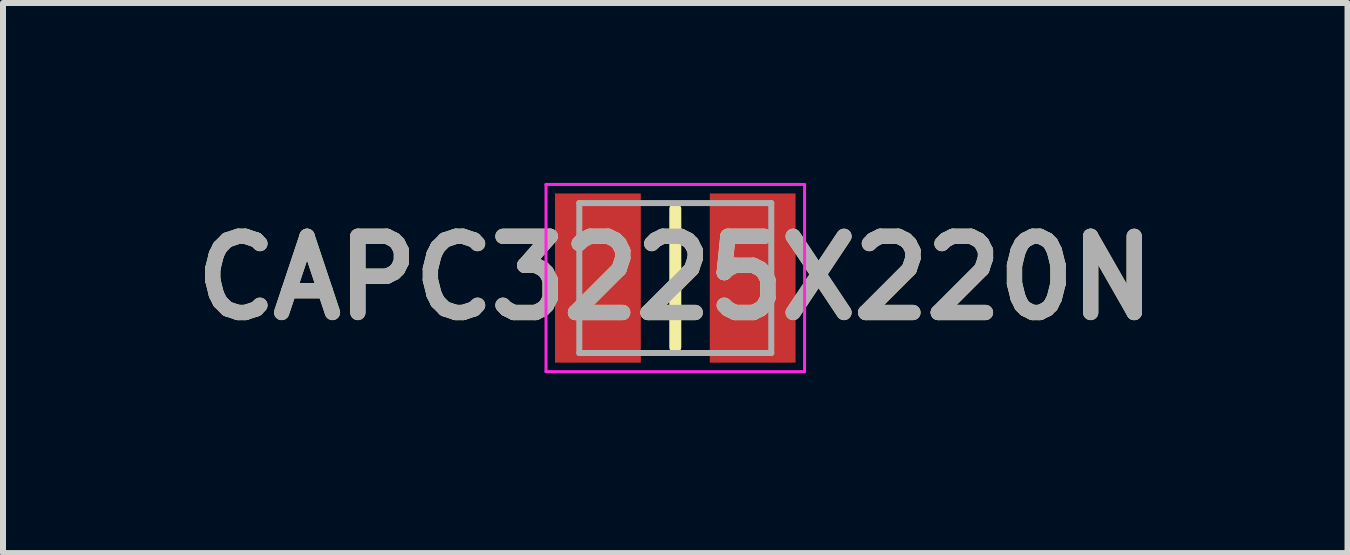
<source format=kicad_pcb>
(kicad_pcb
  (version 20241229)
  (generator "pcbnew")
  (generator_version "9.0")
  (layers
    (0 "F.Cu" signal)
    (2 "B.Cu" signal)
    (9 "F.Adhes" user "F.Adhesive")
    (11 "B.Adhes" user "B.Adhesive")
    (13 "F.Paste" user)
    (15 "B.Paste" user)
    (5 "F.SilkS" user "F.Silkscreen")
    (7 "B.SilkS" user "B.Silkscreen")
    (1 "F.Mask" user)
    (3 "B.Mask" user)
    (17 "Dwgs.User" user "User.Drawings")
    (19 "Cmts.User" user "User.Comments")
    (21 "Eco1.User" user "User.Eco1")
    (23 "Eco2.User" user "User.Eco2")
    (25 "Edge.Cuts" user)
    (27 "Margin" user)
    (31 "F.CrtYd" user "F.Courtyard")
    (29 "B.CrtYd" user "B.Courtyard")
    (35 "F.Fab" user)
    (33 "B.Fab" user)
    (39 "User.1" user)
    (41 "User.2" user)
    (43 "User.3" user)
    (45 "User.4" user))
  (footprint "CAPC3225X220N"
    (layer "F.Cu")
    (at 8.207 1.585)
    (property "Reference" "CAPC3225X220N" (at 0 0 0) (layer "F.SilkS") (effects (font (size 1.27 1.27) (thickness 0.254))))
    (attr smd)
    (fp_line (start 0 -1.15) (end 0 1.15) (stroke (width 0.2) (type solid)) (layer "F.SilkS"))
    (fp_line (start -2.155 -1.56) (end 2.155 -1.56) (stroke (width 0.05) (type solid)) (layer "F.CrtYd"))
    (fp_line (start -2.155 1.56) (end -2.155 -1.56) (stroke (width 0.05) (type solid)) (layer "F.CrtYd"))
    (fp_line (start 2.155 -1.56) (end 2.155 1.56) (stroke (width 0.05) (type solid)) (layer "F.CrtYd"))
    (fp_line (start 2.155 1.56) (end -2.155 1.56) (stroke (width 0.05) (type solid)) (layer "F.CrtYd"))
    (fp_line (start -1.6 -1.25) (end 1.6 -1.25) (stroke (width 0.1) (type solid)) (layer "F.Fab"))
    (fp_line (start -1.6 1.25) (end -1.6 -1.25) (stroke (width 0.1) (type solid)) (layer "F.Fab"))
    (fp_line (start 1.6 -1.25) (end 1.6 1.25) (stroke (width 0.1) (type solid)) (layer "F.Fab"))
    (fp_line (start 1.6 1.25) (end -1.6 1.25) (stroke (width 0.1) (type solid)) (layer "F.Fab"))
    (fp_text user "${REFERENCE}" (at 0 0 0) (layer "F.Fab") (effects (font (size 1.27 1.27) (thickness 0.254))))
    (pad "1" smd rect (at -1.29 0) (size 1.43 2.82) (layers "F.Cu" "F.Mask" "F.Paste"))
    (pad "2" smd rect (at 1.29 0) (size 1.43 2.82) (layers "F.Cu" "F.Mask" "F.Paste")))
  (gr_rect
    (start -3 -3)
    (end 19.413 6.17)
    (stroke (width 0.1) (type default))
    (fill no)
    (layer "Edge.Cuts")))
</source>
